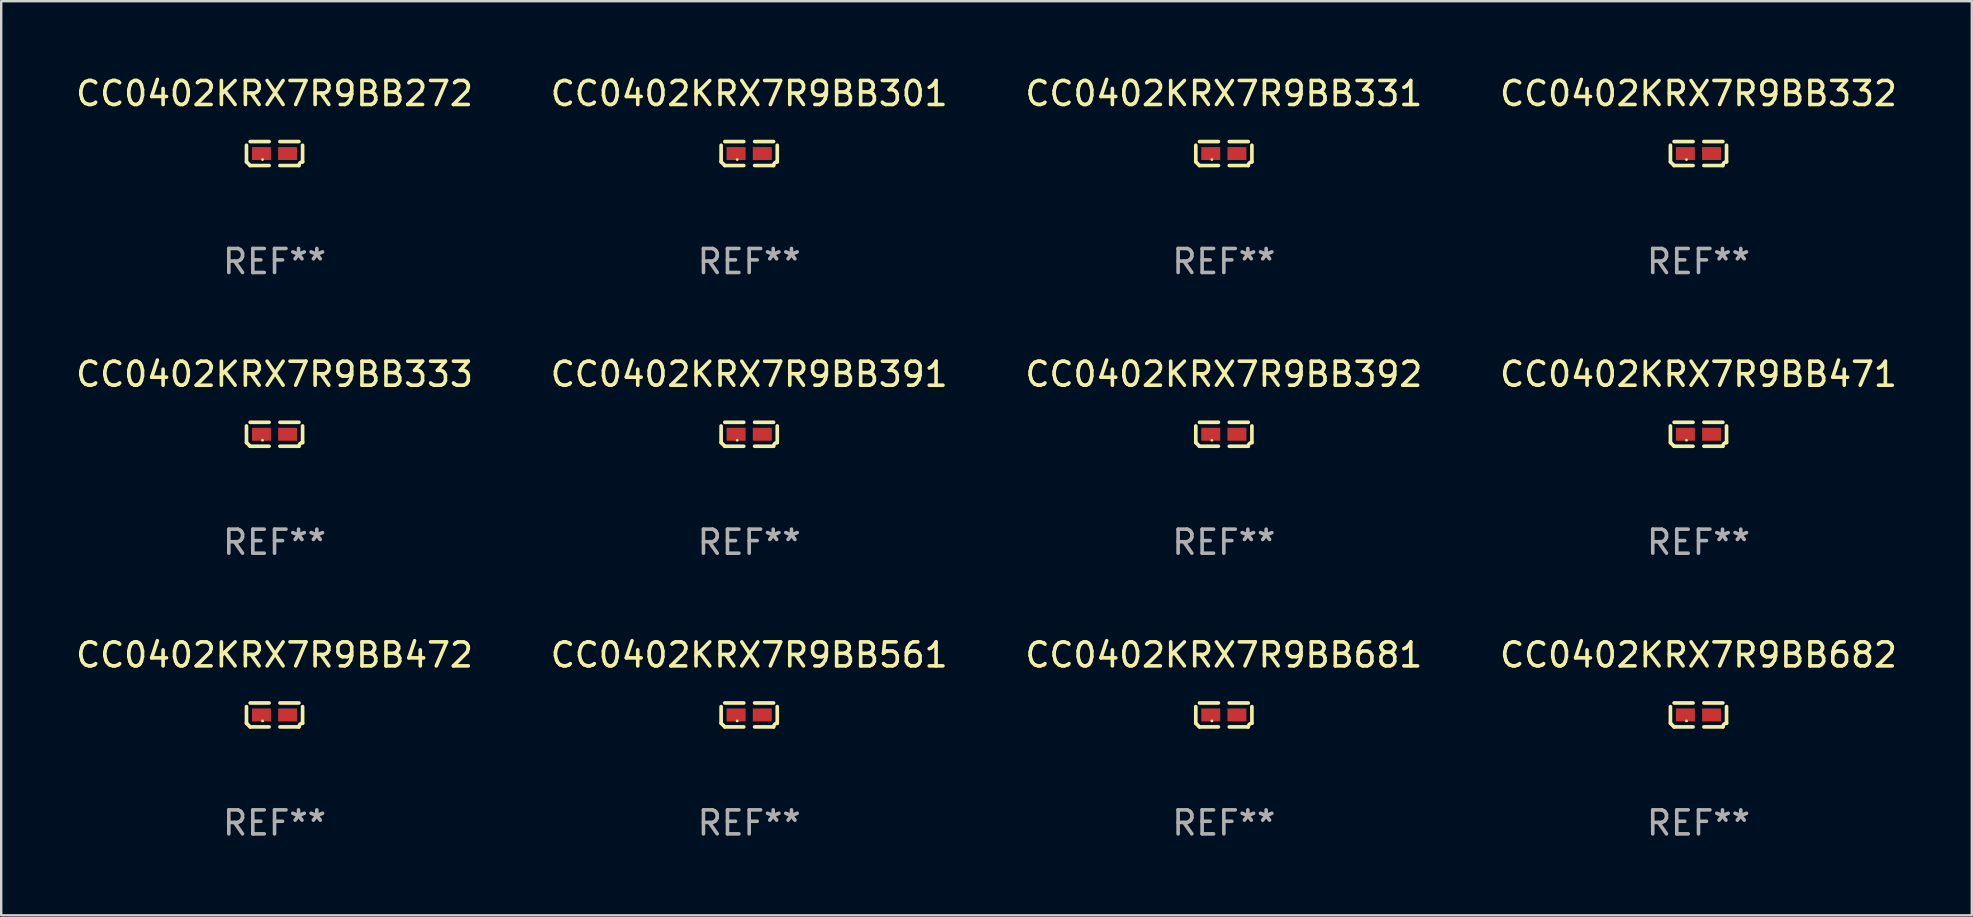
<source format=kicad_pcb>
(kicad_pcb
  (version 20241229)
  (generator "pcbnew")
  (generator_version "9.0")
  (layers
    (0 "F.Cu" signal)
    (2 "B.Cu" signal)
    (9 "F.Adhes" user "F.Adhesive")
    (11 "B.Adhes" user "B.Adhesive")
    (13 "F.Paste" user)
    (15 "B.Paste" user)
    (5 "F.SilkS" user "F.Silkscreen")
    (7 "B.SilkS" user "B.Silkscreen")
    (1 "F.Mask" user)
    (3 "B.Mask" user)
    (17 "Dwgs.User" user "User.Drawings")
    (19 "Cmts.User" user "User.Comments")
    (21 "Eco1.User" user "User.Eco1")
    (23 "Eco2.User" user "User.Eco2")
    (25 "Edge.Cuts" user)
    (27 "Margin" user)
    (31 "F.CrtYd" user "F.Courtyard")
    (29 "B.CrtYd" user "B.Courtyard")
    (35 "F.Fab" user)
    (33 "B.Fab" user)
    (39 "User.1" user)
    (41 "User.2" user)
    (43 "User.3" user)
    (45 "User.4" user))
  (footprint "CC0402KRX7R9BB333"
    (layer "F.Cu")
    (at 8.387 15.041)
    (property "Reference" "CC0402KRX7R9BB333" (at 0 -2.499 0) (layer "F.SilkS") (effects (font (size 1 1) (thickness 0.15))))
    (attr through_hole)
    (fp_line (start -1.169 0.346) (end -1.169 -0.346) (stroke (width 0.152) (type solid)) (layer "F.SilkS"))
    (fp_line (start -1.016 -0.499) (end -0.226 -0.499) (stroke (width 0.152) (type solid)) (layer "F.SilkS"))
    (fp_line (start -0.226 0.499) (end -1.016 0.499) (stroke (width 0.152) (type solid)) (layer "F.SilkS"))
    (fp_line (start 0.226 0.499) (end 1.016 0.499) (stroke (width 0.152) (type solid)) (layer "F.SilkS"))
    (fp_line (start 1.016 -0.499) (end 0.226 -0.499) (stroke (width 0.152) (type solid)) (layer "F.SilkS"))
    (fp_line (start 1.169 0.346) (end 1.169 -0.346) (stroke (width 0.152) (type solid)) (layer "F.SilkS"))
    (fp_arc (start -1.016307 0.498603) (mid -1.092512 0.422405) (end -1.16871 0.3462) (stroke (width 0.1524) (type solid)) (layer "F.SilkS"))
    (fp_arc (start 1.016307 0.498603) (mid 1.060899 0.390758) (end 1.168707 0.346076) (stroke (width 0.1524) (type solid)) (layer "F.SilkS"))
    (fp_circle (center -0.5 0.25) (end -0.47 0.25) (stroke (width 0.06) (type solid)) (fill no) (layer "F.SilkS"))
    (fp_text user "REF**" (at 0 4.499 0) (layer "F.Fab") (effects (font (size 1 1) (thickness 0.15))))
    (pad "1" smd rect (at -0.545 0) (size 0.79 0.54) (layers "F.Cu" "F.Mask" "F.Paste"))
    (pad "2" smd rect (at 0.545 0) (size 0.79 0.54) (layers "F.Cu" "F.Mask" "F.Paste")))
  (footprint "CC0402KRX7R9BB392"
    (layer "F.Cu")
    (at 47.935 15.041)
    (property "Reference" "CC0402KRX7R9BB392" (at 0 -2.499 0) (layer "F.SilkS") (effects (font (size 1 1) (thickness 0.15))))
    (attr through_hole)
    (fp_line (start -1.169 0.346) (end -1.169 -0.346) (stroke (width 0.152) (type solid)) (layer "F.SilkS"))
    (fp_line (start -1.016 -0.499) (end -0.226 -0.499) (stroke (width 0.152) (type solid)) (layer "F.SilkS"))
    (fp_line (start -0.226 0.499) (end -1.016 0.499) (stroke (width 0.152) (type solid)) (layer "F.SilkS"))
    (fp_line (start 0.226 0.499) (end 1.016 0.499) (stroke (width 0.152) (type solid)) (layer "F.SilkS"))
    (fp_line (start 1.016 -0.499) (end 0.226 -0.499) (stroke (width 0.152) (type solid)) (layer "F.SilkS"))
    (fp_line (start 1.169 0.346) (end 1.169 -0.346) (stroke (width 0.152) (type solid)) (layer "F.SilkS"))
    (fp_arc (start -1.016307 0.498603) (mid -1.092512 0.422405) (end -1.16871 0.3462) (stroke (width 0.1524) (type solid)) (layer "F.SilkS"))
    (fp_arc (start 1.016307 0.498603) (mid 1.060899 0.390758) (end 1.168707 0.346076) (stroke (width 0.1524) (type solid)) (layer "F.SilkS"))
    (fp_circle (center -0.5 0.25) (end -0.47 0.25) (stroke (width 0.06) (type solid)) (fill no) (layer "F.SilkS"))
    (fp_text user "REF**" (at 0 4.499 0) (layer "F.Fab") (effects (font (size 1 1) (thickness 0.15))))
    (pad "1" smd rect (at -0.545 0) (size 0.79 0.54) (layers "F.Cu" "F.Mask" "F.Paste"))
    (pad "2" smd rect (at 0.545 0) (size 0.79 0.54) (layers "F.Cu" "F.Mask" "F.Paste")))
  (footprint "CC0402KRX7R9BB272"
    (layer "F.Cu")
    (at 8.387 3.347)
    (property "Reference" "CC0402KRX7R9BB272" (at 0 -2.499 0) (layer "F.SilkS") (effects (font (size 1 1) (thickness 0.15))))
    (attr through_hole)
    (fp_line (start -1.169 0.346) (end -1.169 -0.346) (stroke (width 0.152) (type solid)) (layer "F.SilkS"))
    (fp_line (start -1.016 -0.499) (end -0.226 -0.499) (stroke (width 0.152) (type solid)) (layer "F.SilkS"))
    (fp_line (start -0.226 0.499) (end -1.016 0.499) (stroke (width 0.152) (type solid)) (layer "F.SilkS"))
    (fp_line (start 0.226 0.499) (end 1.016 0.499) (stroke (width 0.152) (type solid)) (layer "F.SilkS"))
    (fp_line (start 1.016 -0.499) (end 0.226 -0.499) (stroke (width 0.152) (type solid)) (layer "F.SilkS"))
    (fp_line (start 1.169 0.346) (end 1.169 -0.346) (stroke (width 0.152) (type solid)) (layer "F.SilkS"))
    (fp_arc (start -1.016307 0.498603) (mid -1.092512 0.422405) (end -1.16871 0.3462) (stroke (width 0.1524) (type solid)) (layer "F.SilkS"))
    (fp_arc (start 1.016307 0.498603) (mid 1.060899 0.390758) (end 1.168707 0.346076) (stroke (width 0.1524) (type solid)) (layer "F.SilkS"))
    (fp_circle (center -0.5 0.25) (end -0.47 0.25) (stroke (width 0.06) (type solid)) (fill no) (layer "F.SilkS"))
    (fp_text user "REF**" (at 0 4.499 0) (layer "F.Fab") (effects (font (size 1 1) (thickness 0.15))))
    (pad "1" smd rect (at -0.545 0) (size 0.79 0.54) (layers "F.Cu" "F.Mask" "F.Paste"))
    (pad "2" smd rect (at 0.545 0) (size 0.79 0.54) (layers "F.Cu" "F.Mask" "F.Paste")))
  (footprint "CC0402KRX7R9BB331"
    (layer "F.Cu")
    (at 47.935 3.347)
    (property "Reference" "CC0402KRX7R9BB331" (at 0 -2.499 0) (layer "F.SilkS") (effects (font (size 1 1) (thickness 0.15))))
    (attr through_hole)
    (fp_line (start -1.169 0.346) (end -1.169 -0.346) (stroke (width 0.152) (type solid)) (layer "F.SilkS"))
    (fp_line (start -1.016 -0.499) (end -0.226 -0.499) (stroke (width 0.152) (type solid)) (layer "F.SilkS"))
    (fp_line (start -0.226 0.499) (end -1.016 0.499) (stroke (width 0.152) (type solid)) (layer "F.SilkS"))
    (fp_line (start 0.226 0.499) (end 1.016 0.499) (stroke (width 0.152) (type solid)) (layer "F.SilkS"))
    (fp_line (start 1.016 -0.499) (end 0.226 -0.499) (stroke (width 0.152) (type solid)) (layer "F.SilkS"))
    (fp_line (start 1.169 0.346) (end 1.169 -0.346) (stroke (width 0.152) (type solid)) (layer "F.SilkS"))
    (fp_arc (start -1.016307 0.498603) (mid -1.092512 0.422405) (end -1.16871 0.3462) (stroke (width 0.1524) (type solid)) (layer "F.SilkS"))
    (fp_arc (start 1.016307 0.498603) (mid 1.060899 0.390758) (end 1.168707 0.346076) (stroke (width 0.1524) (type solid)) (layer "F.SilkS"))
    (fp_circle (center -0.5 0.25) (end -0.47 0.25) (stroke (width 0.06) (type solid)) (fill no) (layer "F.SilkS"))
    (fp_text user "REF**" (at 0 4.499 0) (layer "F.Fab") (effects (font (size 1 1) (thickness 0.15))))
    (pad "1" smd rect (at -0.545 0) (size 0.79 0.54) (layers "F.Cu" "F.Mask" "F.Paste"))
    (pad "2" smd rect (at 0.545 0) (size 0.79 0.54) (layers "F.Cu" "F.Mask" "F.Paste")))
  (footprint "CC0402KRX7R9BB332"
    (layer "F.Cu")
    (at 67.708 3.347)
    (property "Reference" "CC0402KRX7R9BB332" (at 0 -2.499 0) (layer "F.SilkS") (effects (font (size 1 1) (thickness 0.15))))
    (attr through_hole)
    (fp_line (start -1.169 0.346) (end -1.169 -0.346) (stroke (width 0.152) (type solid)) (layer "F.SilkS"))
    (fp_line (start -1.016 -0.499) (end -0.226 -0.499) (stroke (width 0.152) (type solid)) (layer "F.SilkS"))
    (fp_line (start -0.226 0.499) (end -1.016 0.499) (stroke (width 0.152) (type solid)) (layer "F.SilkS"))
    (fp_line (start 0.226 0.499) (end 1.016 0.499) (stroke (width 0.152) (type solid)) (layer "F.SilkS"))
    (fp_line (start 1.016 -0.499) (end 0.226 -0.499) (stroke (width 0.152) (type solid)) (layer "F.SilkS"))
    (fp_line (start 1.169 0.346) (end 1.169 -0.346) (stroke (width 0.152) (type solid)) (layer "F.SilkS"))
    (fp_arc (start -1.016307 0.498603) (mid -1.092512 0.422405) (end -1.16871 0.3462) (stroke (width 0.1524) (type solid)) (layer "F.SilkS"))
    (fp_arc (start 1.016307 0.498603) (mid 1.060899 0.390758) (end 1.168707 0.346076) (stroke (width 0.1524) (type solid)) (layer "F.SilkS"))
    (fp_circle (center -0.5 0.25) (end -0.47 0.25) (stroke (width 0.06) (type solid)) (fill no) (layer "F.SilkS"))
    (fp_text user "REF**" (at 0 4.499 0) (layer "F.Fab") (effects (font (size 1 1) (thickness 0.15))))
    (pad "1" smd rect (at -0.545 0) (size 0.79 0.54) (layers "F.Cu" "F.Mask" "F.Paste"))
    (pad "2" smd rect (at 0.545 0) (size 0.79 0.54) (layers "F.Cu" "F.Mask" "F.Paste")))
  (footprint "CC0402KRX7R9BB471"
    (layer "F.Cu")
    (at 67.708 15.041)
    (property "Reference" "CC0402KRX7R9BB471" (at 0 -2.499 0) (layer "F.SilkS") (effects (font (size 1 1) (thickness 0.15))))
    (attr through_hole)
    (fp_line (start -1.169 0.346) (end -1.169 -0.346) (stroke (width 0.152) (type solid)) (layer "F.SilkS"))
    (fp_line (start -1.016 -0.499) (end -0.226 -0.499) (stroke (width 0.152) (type solid)) (layer "F.SilkS"))
    (fp_line (start -0.226 0.499) (end -1.016 0.499) (stroke (width 0.152) (type solid)) (layer "F.SilkS"))
    (fp_line (start 0.226 0.499) (end 1.016 0.499) (stroke (width 0.152) (type solid)) (layer "F.SilkS"))
    (fp_line (start 1.016 -0.499) (end 0.226 -0.499) (stroke (width 0.152) (type solid)) (layer "F.SilkS"))
    (fp_line (start 1.169 0.346) (end 1.169 -0.346) (stroke (width 0.152) (type solid)) (layer "F.SilkS"))
    (fp_arc (start -1.016307 0.498603) (mid -1.092512 0.422405) (end -1.16871 0.3462) (stroke (width 0.1524) (type solid)) (layer "F.SilkS"))
    (fp_arc (start 1.016307 0.498603) (mid 1.060899 0.390758) (end 1.168707 0.346076) (stroke (width 0.1524) (type solid)) (layer "F.SilkS"))
    (fp_circle (center -0.5 0.25) (end -0.47 0.25) (stroke (width 0.06) (type solid)) (fill no) (layer "F.SilkS"))
    (fp_text user "REF**" (at 0 4.499 0) (layer "F.Fab") (effects (font (size 1 1) (thickness 0.15))))
    (pad "1" smd rect (at -0.545 0) (size 0.79 0.54) (layers "F.Cu" "F.Mask" "F.Paste"))
    (pad "2" smd rect (at 0.545 0) (size 0.79 0.54) (layers "F.Cu" "F.Mask" "F.Paste")))
  (footprint "CC0402KRX7R9BB681"
    (layer "F.Cu")
    (at 47.935 26.734)
    (property "Reference" "CC0402KRX7R9BB681" (at 0 -2.499 0) (layer "F.SilkS") (effects (font (size 1 1) (thickness 0.15))))
    (attr through_hole)
    (fp_line (start -1.169 0.346) (end -1.169 -0.346) (stroke (width 0.152) (type solid)) (layer "F.SilkS"))
    (fp_line (start -1.016 -0.499) (end -0.226 -0.499) (stroke (width 0.152) (type solid)) (layer "F.SilkS"))
    (fp_line (start -0.226 0.499) (end -1.016 0.499) (stroke (width 0.152) (type solid)) (layer "F.SilkS"))
    (fp_line (start 0.226 0.499) (end 1.016 0.499) (stroke (width 0.152) (type solid)) (layer "F.SilkS"))
    (fp_line (start 1.016 -0.499) (end 0.226 -0.499) (stroke (width 0.152) (type solid)) (layer "F.SilkS"))
    (fp_line (start 1.169 0.346) (end 1.169 -0.346) (stroke (width 0.152) (type solid)) (layer "F.SilkS"))
    (fp_arc (start -1.016307 0.498603) (mid -1.092512 0.422405) (end -1.16871 0.3462) (stroke (width 0.1524) (type solid)) (layer "F.SilkS"))
    (fp_arc (start 1.016307 0.498603) (mid 1.060899 0.390758) (end 1.168707 0.346076) (stroke (width 0.1524) (type solid)) (layer "F.SilkS"))
    (fp_circle (center -0.5 0.25) (end -0.47 0.25) (stroke (width 0.06) (type solid)) (fill no) (layer "F.SilkS"))
    (fp_text user "REF**" (at 0 4.499 0) (layer "F.Fab") (effects (font (size 1 1) (thickness 0.15))))
    (pad "1" smd rect (at -0.545 0) (size 0.79 0.54) (layers "F.Cu" "F.Mask" "F.Paste"))
    (pad "2" smd rect (at 0.545 0) (size 0.79 0.54) (layers "F.Cu" "F.Mask" "F.Paste")))
  (footprint "CC0402KRX7R9BB391"
    (layer "F.Cu")
    (at 28.161 15.041)
    (property "Reference" "CC0402KRX7R9BB391" (at 0 -2.499 0) (layer "F.SilkS") (effects (font (size 1 1) (thickness 0.15))))
    (attr through_hole)
    (fp_line (start -1.169 0.346) (end -1.169 -0.346) (stroke (width 0.152) (type solid)) (layer "F.SilkS"))
    (fp_line (start -1.016 -0.499) (end -0.226 -0.499) (stroke (width 0.152) (type solid)) (layer "F.SilkS"))
    (fp_line (start -0.226 0.499) (end -1.016 0.499) (stroke (width 0.152) (type solid)) (layer "F.SilkS"))
    (fp_line (start 0.226 0.499) (end 1.016 0.499) (stroke (width 0.152) (type solid)) (layer "F.SilkS"))
    (fp_line (start 1.016 -0.499) (end 0.226 -0.499) (stroke (width 0.152) (type solid)) (layer "F.SilkS"))
    (fp_line (start 1.169 0.346) (end 1.169 -0.346) (stroke (width 0.152) (type solid)) (layer "F.SilkS"))
    (fp_arc (start -1.016307 0.498603) (mid -1.092512 0.422405) (end -1.16871 0.3462) (stroke (width 0.1524) (type solid)) (layer "F.SilkS"))
    (fp_arc (start 1.016307 0.498603) (mid 1.060899 0.390758) (end 1.168707 0.346076) (stroke (width 0.1524) (type solid)) (layer "F.SilkS"))
    (fp_circle (center -0.5 0.25) (end -0.47 0.25) (stroke (width 0.06) (type solid)) (fill no) (layer "F.SilkS"))
    (fp_text user "REF**" (at 0 4.499 0) (layer "F.Fab") (effects (font (size 1 1) (thickness 0.15))))
    (pad "1" smd rect (at -0.545 0) (size 0.79 0.54) (layers "F.Cu" "F.Mask" "F.Paste"))
    (pad "2" smd rect (at 0.545 0) (size 0.79 0.54) (layers "F.Cu" "F.Mask" "F.Paste")))
  (footprint "CC0402KRX7R9BB682"
    (layer "F.Cu")
    (at 67.708 26.734)
    (property "Reference" "CC0402KRX7R9BB682" (at 0 -2.499 0) (layer "F.SilkS") (effects (font (size 1 1) (thickness 0.15))))
    (attr through_hole)
    (fp_line (start -1.169 0.346) (end -1.169 -0.346) (stroke (width 0.152) (type solid)) (layer "F.SilkS"))
    (fp_line (start -1.016 -0.499) (end -0.226 -0.499) (stroke (width 0.152) (type solid)) (layer "F.SilkS"))
    (fp_line (start -0.226 0.499) (end -1.016 0.499) (stroke (width 0.152) (type solid)) (layer "F.SilkS"))
    (fp_line (start 0.226 0.499) (end 1.016 0.499) (stroke (width 0.152) (type solid)) (layer "F.SilkS"))
    (fp_line (start 1.016 -0.499) (end 0.226 -0.499) (stroke (width 0.152) (type solid)) (layer "F.SilkS"))
    (fp_line (start 1.169 0.346) (end 1.169 -0.346) (stroke (width 0.152) (type solid)) (layer "F.SilkS"))
    (fp_arc (start -1.016307 0.498603) (mid -1.092512 0.422405) (end -1.16871 0.3462) (stroke (width 0.1524) (type solid)) (layer "F.SilkS"))
    (fp_arc (start 1.016307 0.498603) (mid 1.060899 0.390758) (end 1.168707 0.346076) (stroke (width 0.1524) (type solid)) (layer "F.SilkS"))
    (fp_circle (center -0.5 0.25) (end -0.47 0.25) (stroke (width 0.06) (type solid)) (fill no) (layer "F.SilkS"))
    (fp_text user "REF**" (at 0 4.499 0) (layer "F.Fab") (effects (font (size 1 1) (thickness 0.15))))
    (pad "1" smd rect (at -0.545 0) (size 0.79 0.54) (layers "F.Cu" "F.Mask" "F.Paste"))
    (pad "2" smd rect (at 0.545 0) (size 0.79 0.54) (layers "F.Cu" "F.Mask" "F.Paste")))
  (footprint "CC0402KRX7R9BB301"
    (layer "F.Cu")
    (at 28.161 3.347)
    (property "Reference" "CC0402KRX7R9BB301" (at 0 -2.499 0) (layer "F.SilkS") (effects (font (size 1 1) (thickness 0.15))))
    (attr through_hole)
    (fp_line (start -1.169 0.346) (end -1.169 -0.346) (stroke (width 0.152) (type solid)) (layer "F.SilkS"))
    (fp_line (start -1.016 -0.499) (end -0.226 -0.499) (stroke (width 0.152) (type solid)) (layer "F.SilkS"))
    (fp_line (start -0.226 0.499) (end -1.016 0.499) (stroke (width 0.152) (type solid)) (layer "F.SilkS"))
    (fp_line (start 0.226 0.499) (end 1.016 0.499) (stroke (width 0.152) (type solid)) (layer "F.SilkS"))
    (fp_line (start 1.016 -0.499) (end 0.226 -0.499) (stroke (width 0.152) (type solid)) (layer "F.SilkS"))
    (fp_line (start 1.169 0.346) (end 1.169 -0.346) (stroke (width 0.152) (type solid)) (layer "F.SilkS"))
    (fp_arc (start -1.016307 0.498603) (mid -1.092512 0.422405) (end -1.16871 0.3462) (stroke (width 0.1524) (type solid)) (layer "F.SilkS"))
    (fp_arc (start 1.016307 0.498603) (mid 1.060899 0.390758) (end 1.168707 0.346076) (stroke (width 0.1524) (type solid)) (layer "F.SilkS"))
    (fp_circle (center -0.5 0.25) (end -0.47 0.25) (stroke (width 0.06) (type solid)) (fill no) (layer "F.SilkS"))
    (fp_text user "REF**" (at 0 4.499 0) (layer "F.Fab") (effects (font (size 1 1) (thickness 0.15))))
    (pad "1" smd rect (at -0.545 0) (size 0.79 0.54) (layers "F.Cu" "F.Mask" "F.Paste"))
    (pad "2" smd rect (at 0.545 0) (size 0.79 0.54) (layers "F.Cu" "F.Mask" "F.Paste")))
  (footprint "CC0402KRX7R9BB561"
    (layer "F.Cu")
    (at 28.161 26.734)
    (property "Reference" "CC0402KRX7R9BB561" (at 0 -2.499 0) (layer "F.SilkS") (effects (font (size 1 1) (thickness 0.15))))
    (attr through_hole)
    (fp_line (start -1.169 0.346) (end -1.169 -0.346) (stroke (width 0.152) (type solid)) (layer "F.SilkS"))
    (fp_line (start -1.016 -0.499) (end -0.226 -0.499) (stroke (width 0.152) (type solid)) (layer "F.SilkS"))
    (fp_line (start -0.226 0.499) (end -1.016 0.499) (stroke (width 0.152) (type solid)) (layer "F.SilkS"))
    (fp_line (start 0.226 0.499) (end 1.016 0.499) (stroke (width 0.152) (type solid)) (layer "F.SilkS"))
    (fp_line (start 1.016 -0.499) (end 0.226 -0.499) (stroke (width 0.152) (type solid)) (layer "F.SilkS"))
    (fp_line (start 1.169 0.346) (end 1.169 -0.346) (stroke (width 0.152) (type solid)) (layer "F.SilkS"))
    (fp_arc (start -1.016307 0.498603) (mid -1.092512 0.422405) (end -1.16871 0.3462) (stroke (width 0.1524) (type solid)) (layer "F.SilkS"))
    (fp_arc (start 1.016307 0.498603) (mid 1.060899 0.390758) (end 1.168707 0.346076) (stroke (width 0.1524) (type solid)) (layer "F.SilkS"))
    (fp_circle (center -0.5 0.25) (end -0.47 0.25) (stroke (width 0.06) (type solid)) (fill no) (layer "F.SilkS"))
    (fp_text user "REF**" (at 0 4.499 0) (layer "F.Fab") (effects (font (size 1 1) (thickness 0.15))))
    (pad "1" smd rect (at -0.545 0) (size 0.79 0.54) (layers "F.Cu" "F.Mask" "F.Paste"))
    (pad "2" smd rect (at 0.545 0) (size 0.79 0.54) (layers "F.Cu" "F.Mask" "F.Paste")))
  (footprint "CC0402KRX7R9BB472"
    (layer "F.Cu")
    (at 8.387 26.734)
    (property "Reference" "CC0402KRX7R9BB472" (at 0 -2.499 0) (layer "F.SilkS") (effects (font (size 1 1) (thickness 0.15))))
    (attr through_hole)
    (fp_line (start -1.169 0.346) (end -1.169 -0.346) (stroke (width 0.152) (type solid)) (layer "F.SilkS"))
    (fp_line (start -1.016 -0.499) (end -0.226 -0.499) (stroke (width 0.152) (type solid)) (layer "F.SilkS"))
    (fp_line (start -0.226 0.499) (end -1.016 0.499) (stroke (width 0.152) (type solid)) (layer "F.SilkS"))
    (fp_line (start 0.226 0.499) (end 1.016 0.499) (stroke (width 0.152) (type solid)) (layer "F.SilkS"))
    (fp_line (start 1.016 -0.499) (end 0.226 -0.499) (stroke (width 0.152) (type solid)) (layer "F.SilkS"))
    (fp_line (start 1.169 0.346) (end 1.169 -0.346) (stroke (width 0.152) (type solid)) (layer "F.SilkS"))
    (fp_arc (start -1.016307 0.498603) (mid -1.092512 0.422405) (end -1.16871 0.3462) (stroke (width 0.1524) (type solid)) (layer "F.SilkS"))
    (fp_arc (start 1.016307 0.498603) (mid 1.060899 0.390758) (end 1.168707 0.346076) (stroke (width 0.1524) (type solid)) (layer "F.SilkS"))
    (fp_circle (center -0.5 0.25) (end -0.47 0.25) (stroke (width 0.06) (type solid)) (fill no) (layer "F.SilkS"))
    (fp_text user "REF**" (at 0 4.499 0) (layer "F.Fab") (effects (font (size 1 1) (thickness 0.15))))
    (pad "1" smd rect (at -0.545 0) (size 0.79 0.54) (layers "F.Cu" "F.Mask" "F.Paste"))
    (pad "2" smd rect (at 0.545 0) (size 0.79 0.54) (layers "F.Cu" "F.Mask" "F.Paste")))
  (gr_rect
    (start -3 -3)
    (end 79.095 35.081)
    (stroke (width 0.1) (type default))
    (fill no)
    (layer "Edge.Cuts")))
</source>
